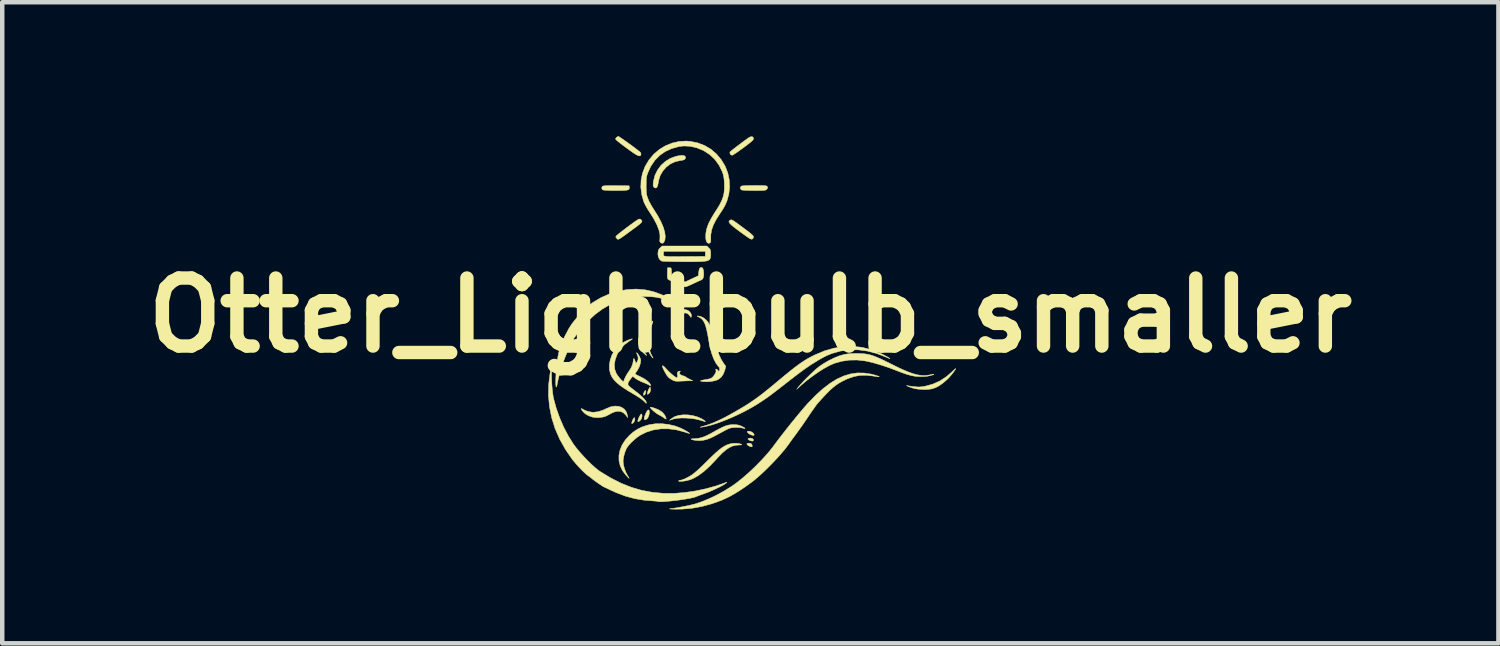
<source format=kicad_pcb>
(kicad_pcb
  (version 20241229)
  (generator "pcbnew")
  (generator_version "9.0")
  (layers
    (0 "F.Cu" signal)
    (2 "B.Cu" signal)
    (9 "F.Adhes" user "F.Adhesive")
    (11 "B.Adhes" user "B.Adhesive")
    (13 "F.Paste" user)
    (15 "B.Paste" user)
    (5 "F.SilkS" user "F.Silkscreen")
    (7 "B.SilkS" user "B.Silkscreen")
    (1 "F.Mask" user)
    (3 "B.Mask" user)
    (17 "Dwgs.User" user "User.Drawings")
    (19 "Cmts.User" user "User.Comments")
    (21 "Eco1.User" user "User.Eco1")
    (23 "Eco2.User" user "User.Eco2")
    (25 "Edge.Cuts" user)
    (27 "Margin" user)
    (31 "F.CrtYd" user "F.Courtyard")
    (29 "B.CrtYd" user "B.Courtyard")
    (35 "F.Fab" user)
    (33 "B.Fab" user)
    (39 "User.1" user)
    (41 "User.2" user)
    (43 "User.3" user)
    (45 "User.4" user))
  (footprint "Otter_Lightbulb_smaller"
    (layer "F.Cu")
    (at 13.76 4.013)
    (property "Reference" "Otter_Lightbulb_smaller" (at 0 0 0) (layer "F.SilkS") (effects (font (size 1.524 1.524) (thickness 0.3))))
    (attr through_hole)
    (fp_poly (pts (xy -2.343 1.693) (xy -2.342 1.716) (xy -2.35 1.757) (xy -2.37 1.785) (xy -2.389 1.792) (xy -2.395 1.78) (xy -2.392 1.753) (xy -2.378 1.717) (xy -2.363 1.694) (xy -2.349 1.683) (xy -2.343 1.693)) (stroke (width 0.01) (type solid)) (fill yes) (layer "F.SilkS"))
    (fp_poly (pts (xy -2.237 1.638) (xy -2.236 1.686) (xy -2.253 1.732) (xy -2.284 1.763) (xy -2.285 1.763) (xy -2.304 1.771) (xy -2.309 1.763) (xy -2.305 1.732) (xy -2.291 1.686) (xy -2.271 1.645) (xy -2.246 1.603) (xy -2.237 1.638)) (stroke (width 0.01) (type solid)) (fill yes) (layer "F.SilkS"))
    (fp_poly (pts (xy -2.595 2.299) (xy -2.59 2.312) (xy -2.59 2.348) (xy -2.605 2.386) (xy -2.63 2.416) (xy -2.656 2.427) (xy -2.658 2.415) (xy -2.652 2.387) (xy -2.65 2.381) (xy -2.634 2.341) (xy -2.617 2.309) (xy -2.603 2.292) (xy -2.595 2.299)) (stroke (width 0.01) (type solid)) (fill yes) (layer "F.SilkS"))
    (fp_poly (pts (xy 0.039 2.759) (xy 0.064 2.778) (xy 0.068 2.789) (xy 0.066 2.811) (xy 0.047 2.818) (xy 0.033 2.817) (xy -0.007 2.807) (xy -0.034 2.792) (xy -0.053 2.774) (xy -0.051 2.764) (xy -0.04 2.759) (xy 0.002 2.751) (xy 0.039 2.759)) (stroke (width 0.01) (type solid)) (fill yes) (layer "F.SilkS"))
    (fp_poly (pts (xy -2.427 2.232) (xy -2.427 2.269) (xy -2.437 2.31) (xy -2.457 2.345) (xy -2.462 2.35) (xy -2.494 2.377) (xy -2.515 2.383) (xy -2.522 2.368) (xy -2.518 2.353) (xy -2.503 2.309) (xy -2.483 2.265) (xy -2.463 2.231) (xy -2.446 2.211) (xy -2.44 2.209) (xy -2.427 2.232)) (stroke (width 0.01) (type solid)) (fill yes) (layer "F.SilkS"))
    (fp_poly (pts (xy 0.008 2.605) (xy 0.046 2.625) (xy 0.075 2.652) (xy 0.085 2.675) (xy 0.082 2.689) (xy 0.071 2.693) (xy 0.043 2.687) (xy 0.023 2.681) (xy -0.015 2.664) (xy -0.049 2.64) (xy -0.068 2.616) (xy -0.071 2.608) (xy -0.058 2.6) (xy -0.03 2.596) (xy 0.008 2.605)) (stroke (width 0.01) (type solid)) (fill yes) (layer "F.SilkS"))
    (fp_poly (pts (xy 0.01 2.872) (xy 0.025 2.881) (xy 0.038 2.903) (xy 0.042 2.929) (xy 0.038 2.946) (xy 0.032 2.948) (xy 0.01 2.943) (xy -0.007 2.939) (xy -0.039 2.925) (xy -0.065 2.904) (xy -0.078 2.884) (xy -0.076 2.877) (xy -0.056 2.867) (xy -0.023 2.865) (xy 0.01 2.872)) (stroke (width 0.01) (type solid)) (fill yes) (layer "F.SilkS"))
    (fp_poly (pts (xy -2.272 2.125) (xy -2.263 2.149) (xy -2.263 2.187) (xy -2.27 2.23) (xy -2.284 2.272) (xy -2.303 2.306) (xy -2.318 2.321) (xy -2.354 2.341) (xy -2.374 2.338) (xy -2.378 2.312) (xy -2.376 2.297) (xy -2.364 2.254) (xy -2.346 2.206) (xy -2.324 2.163) (xy -2.303 2.131) (xy -2.29 2.12) (xy -2.272 2.125)) (stroke (width 0.01) (type solid)) (fill yes) (layer "F.SilkS"))
    (fp_poly (pts (xy -2.471 0.519) (xy -2.462 0.589) (xy -2.441 0.67) (xy -2.412 0.75) (xy -2.377 0.819) (xy -2.356 0.85) (xy -2.329 0.885) (xy -2.322 0.9) (xy -2.334 0.895) (xy -2.366 0.869) (xy -2.387 0.85) (xy -2.446 0.782) (xy -2.487 0.705) (xy -2.508 0.623) (xy -2.508 0.544) (xy -2.491 0.487) (xy -2.472 0.445) (xy -2.471 0.519)) (stroke (width 0.01) (type solid)) (fill yes) (layer "F.SilkS"))
    (fp_poly (pts (xy -1.267 0.565) (xy -1.253 0.57) (xy -1.203 0.598) (xy -1.176 0.632) (xy -1.166 0.68) (xy -1.166 0.68) (xy -1.166 0.708) (xy -1.175 0.722) (xy -1.199 0.727) (xy -1.23 0.727) (xy -1.277 0.725) (xy -1.316 0.72) (xy -1.326 0.717) (xy -1.351 0.697) (xy -1.374 0.66) (xy -1.392 0.618) (xy -1.397 0.588) (xy -1.385 0.57) (xy -1.353 0.559) (xy -1.311 0.558) (xy -1.267 0.565)) (stroke (width 0.01) (type solid)) (fill yes) (layer "F.SilkS"))
    (fp_poly (pts (xy -2.201 2.064) (xy -2.157 2.078) (xy -2.106 2.097) (xy -2.055 2.119) (xy -2.038 2.128) (xy -1.967 2.176) (xy -1.917 2.239) (xy -1.898 2.276) (xy -1.886 2.312) (xy -1.888 2.326) (xy -1.908 2.318) (xy -1.94 2.295) (xy -1.98 2.268) (xy -2.029 2.24) (xy -2.048 2.231) (xy -2.087 2.208) (xy -2.131 2.176) (xy -2.175 2.14) (xy -2.212 2.105) (xy -2.237 2.076) (xy -2.244 2.061) (xy -2.232 2.058) (xy -2.201 2.064)) (stroke (width 0.01) (type solid)) (fill yes) (layer "F.SilkS"))
    (fp_poly (pts (xy -3.004 -2.904) (xy -2.716 -2.9) (xy -2.712 -2.865) (xy -2.711 -2.842) (xy -2.718 -2.825) (xy -2.735 -2.812) (xy -2.768 -2.803) (xy -2.817 -2.798) (xy -2.888 -2.795) (xy -2.982 -2.794) (xy -3.019 -2.794) (xy -3.11 -2.795) (xy -3.188 -2.798) (xy -3.25 -2.801) (xy -3.291 -2.805) (xy -3.306 -2.809) (xy -3.327 -2.835) (xy -3.327 -2.868) (xy -3.311 -2.891) (xy -3.292 -2.897) (xy -3.25 -2.902) (xy -3.184 -2.904) (xy -3.093 -2.904) (xy -3.004 -2.904)) (stroke (width 0.01) (type solid)) (fill yes) (layer "F.SilkS"))
    (fp_poly (pts (xy -1.411 -0.116) (xy -1.367 -0.087) (xy -1.334 -0.046) (xy -1.318 -0.000064) (xy -1.323 0.039) (xy -1.332 0.047) (xy -1.345 0.028) (xy -1.346 0.027) (xy -1.378 -0.015) (xy -1.419 -0.044) (xy -1.462 -0.053) (xy -1.473 -0.051) (xy -1.516 -0.026) (xy -1.547 0.025) (xy -1.565 0.086) (xy -1.576 0.148) (xy -1.592 0.108) (xy -1.608 0.041) (xy -1.601 -0.021) (xy -1.575 -0.073) (xy -1.532 -0.11) (xy -1.475 -0.126) (xy -1.462 -0.127) (xy -1.411 -0.116)) (stroke (width 0.01) (type solid)) (fill yes) (layer "F.SilkS"))
    (fp_poly (pts (xy -1.396 2.232) (xy -1.287 2.248) (xy -1.181 2.278) (xy -1.085 2.321) (xy -1.023 2.362) (xy -1.008 2.375) (xy -1.007 2.381) (xy -1.024 2.379) (xy -1.062 2.369) (xy -1.123 2.351) (xy -1.136 2.347) (xy -1.223 2.326) (xy -1.323 2.311) (xy -1.428 2.303) (xy -1.532 2.301) (xy -1.626 2.306) (xy -1.704 2.319) (xy -1.729 2.326) (xy -1.813 2.354) (xy -1.764 2.313) (xy -1.693 2.27) (xy -1.605 2.243) (xy -1.504 2.23) (xy -1.396 2.232)) (stroke (width 0.01) (type solid)) (fill yes) (layer "F.SilkS"))
    (fp_poly (pts (xy -2.184 0.139) (xy -2.191 0.169) (xy -2.202 0.2) (xy -2.233 0.292) (xy -2.259 0.393) (xy -2.277 0.492) (xy -2.286 0.579) (xy -2.286 0.595) (xy -2.279 0.682) (xy -2.259 0.774) (xy -2.229 0.86) (xy -2.202 0.914) (xy -2.183 0.947) (xy -2.18 0.958) (xy -2.192 0.949) (xy -2.216 0.919) (xy -2.231 0.9) (xy -2.297 0.792) (xy -2.341 0.678) (xy -2.363 0.561) (xy -2.363 0.448) (xy -2.339 0.342) (xy -2.328 0.314) (xy -2.307 0.274) (xy -2.278 0.229) (xy -2.246 0.186) (xy -2.216 0.151) (xy -2.193 0.13) (xy -2.186 0.127) (xy -2.184 0.139)) (stroke (width 0.01) (type solid)) (fill yes) (layer "F.SilkS"))
    (fp_poly (pts (xy 0.049 -3.998) (xy 0.068 -3.975) (xy 0.071 -3.957) (xy 0.067 -3.942) (xy 0.054 -3.923) (xy 0.029 -3.898) (xy -0.011 -3.865) (xy -0.068 -3.82) (xy -0.145 -3.762) (xy -0.157 -3.753) (xy -0.228 -3.702) (xy -0.292 -3.656) (xy -0.346 -3.62) (xy -0.386 -3.595) (xy -0.409 -3.584) (xy -0.41 -3.584) (xy -0.437 -3.596) (xy -0.452 -3.613) (xy -0.46 -3.643) (xy -0.449 -3.665) (xy -0.432 -3.68) (xy -0.398 -3.708) (xy -0.349 -3.746) (xy -0.292 -3.79) (xy -0.229 -3.837) (xy -0.167 -3.884) (xy -0.109 -3.926) (xy -0.06 -3.961) (xy -0.025 -3.985) (xy 0.016 -4.002) (xy 0.049 -3.998)) (stroke (width 0.01) (type solid)) (fill yes) (layer "F.SilkS"))
    (fp_poly (pts (xy -2.941 -4) (xy -2.907 -3.977) (xy -2.858 -3.944) (xy -2.8 -3.903) (xy -2.735 -3.857) (xy -2.669 -3.809) (xy -2.605 -3.762) (xy -2.549 -3.719) (xy -2.502 -3.683) (xy -2.471 -3.657) (xy -2.46 -3.647) (xy -2.45 -3.616) (xy -2.451 -3.598) (xy -2.462 -3.577) (xy -2.48 -3.57) (xy -2.51 -3.575) (xy -2.553 -3.596) (xy -2.611 -3.632) (xy -2.686 -3.684) (xy -2.745 -3.727) (xy -2.834 -3.793) (xy -2.903 -3.845) (xy -2.954 -3.885) (xy -2.989 -3.914) (xy -3.009 -3.934) (xy -3.019 -3.948) (xy -3.02 -3.953) (xy -3.009 -3.973) (xy -2.985 -3.995) (xy -2.961 -4.007) (xy -2.958 -4.008) (xy -2.941 -4)) (stroke (width 0.01) (type solid)) (fill yes) (layer "F.SilkS"))
    (fp_poly (pts (xy -1.492 -3.579) (xy -1.462 -3.563) (xy -1.453 -3.536) (xy -1.459 -3.507) (xy -1.477 -3.488) (xy -1.514 -3.475) (xy -1.573 -3.466) (xy -1.687 -3.44) (xy -1.792 -3.39) (xy -1.885 -3.319) (xy -1.962 -3.231) (xy -2.02 -3.13) (xy -2.055 -3.019) (xy -2.06 -2.985) (xy -2.074 -2.913) (xy -2.093 -2.868) (xy -2.118 -2.85) (xy -2.149 -2.859) (xy -2.153 -2.861) (xy -2.17 -2.881) (xy -2.178 -2.912) (xy -2.176 -2.961) (xy -2.17 -3.006) (xy -2.137 -3.135) (xy -2.08 -3.253) (xy -2.002 -3.358) (xy -1.905 -3.446) (xy -1.793 -3.515) (xy -1.668 -3.561) (xy -1.621 -3.571) (xy -1.545 -3.581) (xy -1.492 -3.579)) (stroke (width 0.01) (type solid)) (fill yes) (layer "F.SilkS"))
    (fp_poly (pts (xy 0.183 -2.907) (xy 0.254 -2.906) (xy 0.304 -2.904) (xy 0.339 -2.902) (xy 0.36 -2.897) (xy 0.372 -2.891) (xy 0.379 -2.882) (xy 0.381 -2.879) (xy 0.387 -2.853) (xy 0.373 -2.828) (xy 0.367 -2.823) (xy 0.355 -2.812) (xy 0.34 -2.805) (xy 0.317 -2.8) (xy 0.283 -2.797) (xy 0.232 -2.795) (xy 0.161 -2.794) (xy 0.081 -2.794) (xy -0.008 -2.795) (xy -0.086 -2.798) (xy -0.147 -2.801) (xy -0.187 -2.806) (xy -0.201 -2.809) (xy -0.223 -2.835) (xy -0.222 -2.869) (xy -0.209 -2.89) (xy -0.192 -2.896) (xy -0.154 -2.901) (xy -0.095 -2.905) (xy -0.01 -2.906) (xy 0.087 -2.907) (xy 0.183 -2.907)) (stroke (width 0.01) (type solid)) (fill yes) (layer "F.SilkS"))
    (fp_poly (pts (xy -2.461 -2.152) (xy -2.435 -2.129) (xy -2.427 -2.103) (xy -2.438 -2.083) (xy -2.468 -2.052) (xy -2.511 -2.017) (xy -2.522 -2.008) (xy -2.633 -1.926) (xy -2.723 -1.86) (xy -2.795 -1.807) (xy -2.851 -1.767) (xy -2.893 -1.738) (xy -2.923 -1.718) (xy -2.945 -1.706) (xy -2.96 -1.702) (xy -2.97 -1.702) (xy -2.978 -1.707) (xy -2.986 -1.714) (xy -2.99 -1.718) (xy -3.013 -1.747) (xy -3.012 -1.767) (xy -2.998 -1.783) (xy -2.966 -1.811) (xy -2.918 -1.85) (xy -2.86 -1.895) (xy -2.795 -1.945) (xy -2.727 -1.996) (xy -2.661 -2.044) (xy -2.601 -2.088) (xy -2.55 -2.123) (xy -2.513 -2.146) (xy -2.495 -2.156) (xy -2.461 -2.152)) (stroke (width 0.01) (type solid)) (fill yes) (layer "F.SilkS"))
    (fp_poly (pts (xy -0.416 -2.137) (xy -0.398 -2.129) (xy -0.371 -2.112) (xy -0.332 -2.086) (xy -0.279 -2.047) (xy -0.208 -1.995) (xy -0.138 -1.943) (xy -0.06 -1.885) (xy -0.004 -1.84) (xy 0.035 -1.807) (xy 0.058 -1.782) (xy 0.069 -1.764) (xy 0.071 -1.755) (xy 0.06 -1.724) (xy 0.044 -1.708) (xy 0.027 -1.704) (xy 0.005 -1.71) (xy -0.028 -1.728) (xy -0.076 -1.761) (xy -0.101 -1.778) (xy -0.212 -1.858) (xy -0.301 -1.924) (xy -0.37 -1.977) (xy -0.421 -2.02) (xy -0.455 -2.053) (xy -0.474 -2.079) (xy -0.48 -2.099) (xy -0.474 -2.114) (xy -0.457 -2.127) (xy -0.451 -2.131) (xy -0.44 -2.137) (xy -0.43 -2.139) (xy -0.416 -2.137)) (stroke (width 0.01) (type solid)) (fill yes) (layer "F.SilkS"))
    (fp_poly (pts (xy -2.953 2.039) (xy -2.88 2.064) (xy -2.82 2.107) (xy -2.777 2.168) (xy -2.756 2.238) (xy -2.748 2.293) (xy -2.79 2.236) (xy -2.845 2.182) (xy -2.911 2.154) (xy -2.987 2.151) (xy -3.071 2.174) (xy -3.137 2.208) (xy -3.186 2.235) (xy -3.232 2.258) (xy -3.258 2.269) (xy -3.332 2.286) (xy -3.416 2.293) (xy -3.498 2.288) (xy -3.535 2.281) (xy -3.622 2.252) (xy -3.69 2.213) (xy -3.73 2.178) (xy -3.766 2.139) (xy -3.786 2.109) (xy -3.789 2.093) (xy -3.775 2.092) (xy -3.744 2.11) (xy -3.743 2.11) (xy -3.694 2.135) (xy -3.628 2.156) (xy -3.559 2.17) (xy -3.514 2.173) (xy -3.408 2.16) (xy -3.293 2.122) (xy -3.219 2.087) (xy -3.126 2.05) (xy -3.036 2.034) (xy -2.953 2.039)) (stroke (width 0.01) (type solid)) (fill yes) (layer "F.SilkS"))
    (fp_poly (pts (xy 4.591 1.215) (xy 4.568 1.251) (xy 4.534 1.297) (xy 4.494 1.346) (xy 4.453 1.393) (xy 4.415 1.432) (xy 4.409 1.437) (xy 4.312 1.521) (xy 4.224 1.582) (xy 4.14 1.625) (xy 4.055 1.651) (xy 3.963 1.662) (xy 3.909 1.664) (xy 3.837 1.661) (xy 3.764 1.655) (xy 3.703 1.647) (xy 3.688 1.644) (xy 3.629 1.628) (xy 3.57 1.608) (xy 3.54 1.596) (xy 3.51 1.581) (xy 3.501 1.573) (xy 3.507 1.574) (xy 3.533 1.58) (xy 3.579 1.587) (xy 3.637 1.595) (xy 3.664 1.598) (xy 3.737 1.605) (xy 3.796 1.606) (xy 3.855 1.6) (xy 3.913 1.59) (xy 4.086 1.543) (xy 4.245 1.472) (xy 4.392 1.376) (xy 4.506 1.277) (xy 4.547 1.238) (xy 4.579 1.209) (xy 4.597 1.194) (xy 4.6 1.193) (xy 4.591 1.215)) (stroke (width 0.01) (type solid)) (fill yes) (layer "F.SilkS"))
    (fp_poly (pts (xy -0.27 2.872) (xy -0.217 2.884) (xy -0.202 2.891) (xy -0.193 2.899) (xy -0.203 2.904) (xy -0.238 2.906) (xy -0.256 2.906) (xy -0.332 2.913) (xy -0.405 2.932) (xy -0.477 2.967) (xy -0.552 3.018) (xy -0.633 3.089) (xy -0.723 3.181) (xy -0.773 3.236) (xy -0.909 3.379) (xy -1.039 3.497) (xy -1.163 3.589) (xy -1.28 3.656) (xy -1.344 3.682) (xy -1.398 3.697) (xy -1.456 3.71) (xy -1.512 3.718) (xy -1.561 3.722) (xy -1.595 3.721) (xy -1.609 3.713) (xy -1.609 3.713) (xy -1.597 3.7) (xy -1.581 3.697) (xy -1.535 3.689) (xy -1.472 3.666) (xy -1.4 3.63) (xy -1.324 3.585) (xy -1.31 3.576) (xy -1.261 3.539) (xy -1.196 3.484) (xy -1.119 3.414) (xy -1.033 3.331) (xy -0.967 3.265) (xy -0.863 3.163) (xy -0.775 3.08) (xy -0.698 3.014) (xy -0.631 2.964) (xy -0.57 2.926) (xy -0.513 2.899) (xy -0.467 2.884) (xy -0.405 2.871) (xy -0.336 2.868) (xy -0.27 2.872)) (stroke (width 0.01) (type solid)) (fill yes) (layer "F.SilkS"))
    (fp_poly (pts (xy -1.948 1.137) (xy -1.913 1.169) (xy -1.903 1.181) (xy -1.84 1.247) (xy -1.779 1.305) (xy -1.724 1.352) (xy -1.679 1.383) (xy -1.647 1.397) (xy -1.644 1.397) (xy -1.633 1.387) (xy -1.632 1.353) (xy -1.633 1.334) (xy -1.636 1.294) (xy -1.631 1.272) (xy -1.614 1.26) (xy -1.607 1.258) (xy -1.576 1.249) (xy -1.568 1.257) (xy -1.582 1.278) (xy -1.592 1.297) (xy -1.583 1.315) (xy -1.568 1.328) (xy -1.536 1.347) (xy -1.511 1.355) (xy -1.483 1.362) (xy -1.453 1.379) (xy -1.419 1.401) (xy -1.374 1.426) (xy -1.355 1.435) (xy -1.291 1.467) (xy -1.355 1.467) (xy -1.398 1.468) (xy -1.459 1.471) (xy -1.526 1.474) (xy -1.552 1.475) (xy -1.617 1.478) (xy -1.662 1.477) (xy -1.695 1.472) (xy -1.724 1.461) (xy -1.75 1.448) (xy -1.8 1.418) (xy -1.84 1.383) (xy -1.876 1.338) (xy -1.912 1.276) (xy -1.933 1.237) (xy -1.96 1.179) (xy -1.971 1.142) (xy -1.967 1.128) (xy -1.948 1.137)) (stroke (width 0.01) (type solid)) (fill yes) (layer "F.SilkS"))
    (fp_poly (pts (xy -0.315 2.452) (xy -0.263 2.461) (xy -0.212 2.479) (xy -0.192 2.488) (xy -0.146 2.511) (xy -0.122 2.528) (xy -0.121 2.537) (xy -0.143 2.535) (xy -0.177 2.526) (xy -0.224 2.517) (xy -0.288 2.513) (xy -0.344 2.514) (xy -0.378 2.516) (xy -0.406 2.518) (xy -0.431 2.522) (xy -0.457 2.529) (xy -0.487 2.54) (xy -0.526 2.558) (xy -0.576 2.584) (xy -0.642 2.62) (xy -0.728 2.666) (xy -0.783 2.696) (xy -0.885 2.747) (xy -0.973 2.781) (xy -1.054 2.8) (xy -1.134 2.807) (xy -1.149 2.807) (xy -1.207 2.804) (xy -1.262 2.797) (xy -1.298 2.788) (xy -1.321 2.779) (xy -1.329 2.773) (xy -1.317 2.769) (xy -1.283 2.766) (xy -1.235 2.763) (xy -1.168 2.756) (xy -1.106 2.744) (xy -1.043 2.723) (xy -0.973 2.693) (xy -0.89 2.651) (xy -0.804 2.603) (xy -0.708 2.55) (xy -0.63 2.51) (xy -0.565 2.482) (xy -0.508 2.464) (xy -0.454 2.454) (xy -0.397 2.45) (xy -0.381 2.45) (xy -0.315 2.452)) (stroke (width 0.01) (type solid)) (fill yes) (layer "F.SilkS"))
    (fp_poly (pts (xy -1.076 -1.064) (xy -1.06 -1.04) (xy -1.05 -0.997) (xy -1.045 -0.944) (xy -1.046 -0.891) (xy -1.054 -0.845) (xy -1.067 -0.817) (xy -1.089 -0.797) (xy -1.102 -0.79) (xy -1.118 -0.784) (xy -1.154 -0.768) (xy -1.205 -0.745) (xy -1.266 -0.716) (xy -1.272 -0.713) (xy -1.336 -0.683) (xy -1.392 -0.659) (xy -1.435 -0.642) (xy -1.46 -0.636) (xy -1.46 -0.636) (xy -1.483 -0.642) (xy -1.526 -0.658) (xy -1.583 -0.681) (xy -1.648 -0.71) (xy -1.658 -0.714) (xy -1.722 -0.745) (xy -1.779 -0.772) (xy -1.821 -0.793) (xy -1.844 -0.806) (xy -1.845 -0.807) (xy -1.855 -0.826) (xy -1.86 -0.865) (xy -1.86 -0.927) (xy -1.86 -0.944) (xy -1.856 -1.065) (xy -1.813 -1.065) (xy -1.79 -1.064) (xy -1.777 -1.056) (xy -1.771 -1.036) (xy -1.768 -0.995) (xy -1.767 -0.976) (xy -1.762 -0.887) (xy -1.612 -0.817) (xy -1.462 -0.746) (xy -1.313 -0.816) (xy -1.164 -0.886) (xy -1.157 -0.967) (xy -1.146 -1.028) (xy -1.127 -1.064) (xy -1.099 -1.073) (xy -1.076 -1.064)) (stroke (width 0.01) (type solid)) (fill yes) (layer "F.SilkS"))
    (fp_poly (pts (xy -0.933 -1.511) (xy -0.908 -1.485) (xy -0.895 -1.46) (xy -0.89 -1.425) (xy -0.889 -1.383) (xy -0.889 -1.338) (xy -0.892 -1.301) (xy -0.9 -1.271) (xy -0.915 -1.248) (xy -0.94 -1.23) (xy -0.978 -1.218) (xy -1.031 -1.209) (xy -1.101 -1.204) (xy -1.191 -1.201) (xy -1.304 -1.2) (xy -1.442 -1.2) (xy -1.477 -1.2) (xy -1.592 -1.201) (xy -1.699 -1.202) (xy -1.794 -1.204) (xy -1.873 -1.206) (xy -1.935 -1.209) (xy -1.974 -1.212) (xy -1.986 -1.214) (xy -2.029 -1.246) (xy -2.059 -1.298) (xy -2.069 -1.353) (xy -1.948 -1.353) (xy -1.944 -1.34) (xy -1.932 -1.33) (xy -1.909 -1.322) (xy -1.874 -1.318) (xy -1.823 -1.315) (xy -1.754 -1.314) (xy -1.663 -1.314) (xy -1.548 -1.315) (xy -1.471 -1.316) (xy -1.009 -1.319) (xy -1.009 -1.432) (xy -1.94 -1.432) (xy -1.945 -1.392) (xy -1.947 -1.371) (xy -1.948 -1.353) (xy -2.069 -1.353) (xy -2.071 -1.364) (xy -2.07 -1.396) (xy -2.064 -1.445) (xy -2.05 -1.479) (xy -2.024 -1.508) (xy -2.02 -1.512) (xy -1.975 -1.552) (xy -0.977 -1.552) (xy -0.933 -1.511)) (stroke (width 0.01) (type solid)) (fill yes) (layer "F.SilkS"))
    (fp_poly (pts (xy -1.832 2.446) (xy -1.684 2.481) (xy -1.574 2.522) (xy -1.522 2.547) (xy -1.469 2.574) (xy -1.421 2.602) (xy -1.383 2.625) (xy -1.361 2.642) (xy -1.359 2.647) (xy -1.374 2.646) (xy -1.408 2.637) (xy -1.456 2.622) (xy -1.468 2.617) (xy -1.65 2.568) (xy -1.83 2.544) (xy -2.005 2.544) (xy -2.173 2.569) (xy -2.331 2.619) (xy -2.461 2.683) (xy -2.531 2.73) (xy -2.603 2.789) (xy -2.671 2.853) (xy -2.729 2.917) (xy -2.77 2.974) (xy -2.778 2.988) (xy -2.81 3.067) (xy -2.835 3.156) (xy -2.849 3.242) (xy -2.85 3.275) (xy -2.842 3.351) (xy -2.82 3.437) (xy -2.787 3.522) (xy -2.752 3.588) (xy -2.73 3.624) (xy -2.717 3.648) (xy -2.715 3.655) (xy -2.726 3.645) (xy -2.751 3.62) (xy -2.785 3.585) (xy -2.786 3.584) (xy -2.864 3.482) (xy -2.916 3.372) (xy -2.943 3.257) (xy -2.944 3.139) (xy -2.92 3.021) (xy -2.872 2.904) (xy -2.8 2.792) (xy -2.704 2.686) (xy -2.623 2.616) (xy -2.531 2.554) (xy -2.433 2.505) (xy -2.319 2.466) (xy -2.27 2.453) (xy -2.133 2.431) (xy -1.985 2.429) (xy -1.832 2.446)) (stroke (width 0.01) (type solid)) (fill yes) (layer "F.SilkS"))
    (fp_poly (pts (xy -1.116 0.026) (xy -1.056 0.054) (xy -0.999 0.097) (xy -0.975 0.121) (xy -0.944 0.16) (xy -0.917 0.205) (xy -0.891 0.259) (xy -0.866 0.327) (xy -0.84 0.413) (xy -0.811 0.522) (xy -0.799 0.565) (xy -0.763 0.702) (xy -0.727 0.815) (xy -0.692 0.909) (xy -0.654 0.988) (xy -0.612 1.056) (xy -0.6 1.075) (xy -0.55 1.144) (xy -0.57 1.222) (xy -0.604 1.315) (xy -0.651 1.384) (xy -0.714 1.434) (xy -0.738 1.447) (xy -0.806 1.469) (xy -0.89 1.484) (xy -0.978 1.49) (xy -1.059 1.486) (xy -1.079 1.483) (xy -1.11 1.476) (xy -1.118 1.469) (xy -1.102 1.461) (xy -1.061 1.451) (xy -0.996 1.439) (xy -0.932 1.428) (xy -0.888 1.415) (xy -0.856 1.396) (xy -0.828 1.367) (xy -0.804 1.334) (xy -0.778 1.289) (xy -0.768 1.255) (xy -0.771 1.234) (xy -0.775 1.208) (xy -0.767 1.204) (xy -0.75 1.213) (xy -0.727 1.23) (xy -0.72 1.242) (xy -0.714 1.257) (xy -0.702 1.251) (xy -0.691 1.231) (xy -0.688 1.219) (xy -0.692 1.178) (xy -0.71 1.153) (xy -0.768 1.079) (xy -0.82 0.979) (xy -0.866 0.856) (xy -0.905 0.711) (xy -0.931 0.577) (xy -0.954 0.443) (xy -0.976 0.334) (xy -0.999 0.247) (xy -1.023 0.18) (xy -1.051 0.128) (xy -1.082 0.089) (xy -1.119 0.06) (xy -1.145 0.045) (xy -1.179 0.028) (xy -1.19 0.019) (xy -1.179 0.015) (xy -1.171 0.015) (xy -1.116 0.026)) (stroke (width 0.01) (type solid)) (fill yes) (layer "F.SilkS"))
    (fp_poly (pts (xy 2.468 0.857) (xy 2.542 0.862) (xy 2.61 0.871) (xy 2.678 0.885) (xy 2.749 0.907) (xy 2.827 0.937) (xy 2.917 0.977) (xy 3.024 1.028) (xy 3.147 1.089) (xy 3.303 1.166) (xy 3.439 1.229) (xy 3.557 1.277) (xy 3.661 1.313) (xy 3.753 1.336) (xy 3.836 1.348) (xy 3.914 1.35) (xy 3.988 1.342) (xy 4.022 1.335) (xy 4.078 1.324) (xy 4.109 1.32) (xy 4.114 1.323) (xy 4.093 1.333) (xy 4.044 1.348) (xy 4.041 1.349) (xy 3.962 1.366) (xy 3.863 1.374) (xy 3.824 1.374) (xy 3.748 1.372) (xy 3.674 1.364) (xy 3.596 1.348) (xy 3.509 1.324) (xy 3.41 1.29) (xy 3.291 1.245) (xy 3.249 1.228) (xy 3.102 1.173) (xy 2.95 1.122) (xy 2.799 1.077) (xy 2.658 1.041) (xy 2.561 1.021) (xy 2.389 1.002) (xy 2.213 1.005) (xy 2.041 1.031) (xy 1.88 1.077) (xy 1.863 1.084) (xy 1.761 1.13) (xy 1.646 1.194) (xy 1.523 1.272) (xy 1.396 1.361) (xy 1.27 1.456) (xy 1.151 1.555) (xy 1.108 1.594) (xy 1.038 1.658) (xy 1.087 1.596) (xy 1.129 1.545) (xy 1.188 1.482) (xy 1.257 1.411) (xy 1.331 1.338) (xy 1.405 1.268) (xy 1.473 1.206) (xy 1.53 1.159) (xy 1.545 1.147) (xy 1.644 1.08) (xy 1.755 1.016) (xy 1.87 0.959) (xy 1.98 0.914) (xy 2.069 0.887) (xy 2.135 0.872) (xy 2.199 0.863) (xy 2.271 0.857) (xy 2.36 0.856) (xy 2.385 0.856) (xy 2.468 0.857)) (stroke (width 0.01) (type solid)) (fill yes) (layer "F.SilkS"))
    (fp_poly (pts (xy -2.364 -0.571) (xy -2.173 -0.53) (xy -1.99 -0.463) (xy -1.98 -0.459) (xy -1.924 -0.431) (xy -1.869 -0.4) (xy -1.819 -0.37) (xy -1.78 -0.344) (xy -1.758 -0.324) (xy -1.755 -0.315) (xy -1.77 -0.316) (xy -1.806 -0.324) (xy -1.855 -0.338) (xy -1.879 -0.346) (xy -1.974 -0.374) (xy -2.058 -0.394) (xy -2.139 -0.408) (xy -2.228 -0.416) (xy -2.333 -0.42) (xy -2.371 -0.421) (xy -2.561 -0.417) (xy -2.73 -0.395) (xy -2.881 -0.357) (xy -2.958 -0.328) (xy -3.149 -0.237) (xy -3.319 -0.137) (xy -3.473 -0.023) (xy -3.618 0.109) (xy -3.688 0.183) (xy -3.742 0.243) (xy -3.799 0.313) (xy -3.856 0.385) (xy -3.907 0.453) (xy -3.948 0.51) (xy -3.965 0.537) (xy -4.03 0.659) (xy -4.095 0.802) (xy -4.158 0.958) (xy -4.216 1.119) (xy -4.265 1.279) (xy -4.304 1.429) (xy -4.32 1.506) (xy -4.33 1.556) (xy -4.34 1.592) (xy -4.348 1.608) (xy -4.349 1.609) (xy -4.354 1.596) (xy -4.358 1.56) (xy -4.36 1.509) (xy -4.36 1.471) (xy -4.357 1.371) (xy -4.351 1.259) (xy -4.34 1.145) (xy -4.327 1.033) (xy -4.312 0.933) (xy -4.296 0.851) (xy -4.291 0.829) (xy -4.233 0.649) (xy -4.158 0.471) (xy -4.07 0.305) (xy -4.005 0.202) (xy -3.949 0.128) (xy -3.88 0.046) (xy -3.802 -0.038) (xy -3.722 -0.121) (xy -3.643 -0.194) (xy -3.572 -0.255) (xy -3.531 -0.285) (xy -3.346 -0.395) (xy -3.154 -0.48) (xy -2.957 -0.541) (xy -2.758 -0.576) (xy -2.56 -0.587) (xy -2.364 -0.571)) (stroke (width 0.01) (type solid)) (fill yes) (layer "F.SilkS"))
    (fp_poly (pts (xy 2.5 0.718) (xy 2.703 0.768) (xy 2.904 0.847) (xy 2.977 0.883) (xy 3.044 0.918) (xy 3.092 0.945) (xy 3.12 0.963) (xy 3.126 0.97) (xy 3.111 0.966) (xy 3.071 0.951) (xy 3.046 0.939) (xy 2.833 0.857) (xy 2.623 0.802) (xy 2.416 0.774) (xy 2.215 0.774) (xy 2.018 0.802) (xy 1.826 0.856) (xy 1.712 0.903) (xy 1.643 0.938) (xy 1.568 0.979) (xy 1.502 1.018) (xy 1.497 1.022) (xy 1.45 1.051) (xy 1.414 1.074) (xy 1.393 1.086) (xy 1.391 1.087) (xy 1.378 1.094) (xy 1.347 1.115) (xy 1.302 1.145) (xy 1.254 1.179) (xy 1.214 1.206) (xy 1.175 1.234) (xy 1.133 1.265) (xy 1.087 1.3) (xy 1.032 1.341) (xy 0.967 1.391) (xy 0.888 1.452) (xy 0.793 1.526) (xy 0.679 1.615) (xy 0.669 1.623) (xy 0.52 1.738) (xy 0.386 1.837) (xy 0.262 1.922) (xy 0.143 1.999) (xy 0.023 2.07) (xy -0.102 2.138) (xy -0.17 2.173) (xy -0.319 2.245) (xy -0.469 2.312) (xy -0.616 2.371) (xy -0.756 2.422) (xy -0.884 2.462) (xy -0.997 2.49) (xy -1.079 2.504) (xy -1.113 2.508) (xy -1.125 2.508) (xy -1.114 2.503) (xy -1.078 2.493) (xy -1.051 2.485) (xy -0.939 2.45) (xy -0.818 2.404) (xy -0.687 2.345) (xy -0.543 2.273) (xy -0.383 2.185) (xy -0.204 2.081) (xy -0.19 2.073) (xy -0.095 2.015) (xy -0.007 1.958) (xy 0.08 1.899) (xy 0.169 1.835) (xy 0.264 1.764) (xy 0.368 1.681) (xy 0.485 1.586) (xy 0.619 1.474) (xy 0.619 1.474) (xy 0.753 1.362) (xy 0.87 1.267) (xy 0.971 1.187) (xy 1.061 1.119) (xy 1.142 1.061) (xy 1.217 1.012) (xy 1.29 0.968) (xy 1.364 0.928) (xy 1.441 0.89) (xy 1.446 0.887) (xy 1.663 0.797) (xy 1.876 0.736) (xy 2.087 0.702) (xy 2.295 0.696) (xy 2.5 0.718)) (stroke (width 0.01) (type solid)) (fill yes) (layer "F.SilkS"))
    (fp_poly (pts (xy 2.551 1.294) (xy 2.709 1.318) (xy 2.798 1.342) (xy 2.845 1.357) (xy 2.877 1.369) (xy 2.889 1.377) (xy 2.889 1.377) (xy 2.873 1.378) (xy 2.836 1.374) (xy 2.785 1.367) (xy 2.759 1.362) (xy 2.601 1.344) (xy 2.456 1.347) (xy 2.317 1.373) (xy 2.177 1.422) (xy 2.128 1.444) (xy 2.052 1.482) (xy 1.982 1.522) (xy 1.916 1.567) (xy 1.85 1.619) (xy 1.78 1.682) (xy 1.703 1.759) (xy 1.616 1.852) (xy 1.515 1.964) (xy 1.51 1.969) (xy 1.487 1.998) (xy 1.452 2.046) (xy 1.408 2.108) (xy 1.358 2.179) (xy 1.307 2.255) (xy 1.306 2.257) (xy 1.247 2.344) (xy 1.184 2.436) (xy 1.121 2.525) (xy 1.064 2.605) (xy 1.029 2.653) (xy 0.981 2.718) (xy 0.935 2.78) (xy 0.896 2.834) (xy 0.869 2.874) (xy 0.865 2.879) (xy 0.799 2.968) (xy 0.716 3.069) (xy 0.62 3.179) (xy 0.514 3.292) (xy 0.403 3.405) (xy 0.292 3.513) (xy 0.185 3.611) (xy 0.086 3.695) (xy 0.027 3.74) (xy -0.122 3.848) (xy -0.257 3.938) (xy -0.382 4.014) (xy -0.502 4.079) (xy -0.622 4.134) (xy -0.749 4.183) (xy -0.868 4.224) (xy -1.089 4.284) (xy -1.304 4.323) (xy -1.523 4.342) (xy -1.672 4.344) (xy -1.735 4.343) (xy -1.781 4.341) (xy -1.808 4.339) (xy -1.811 4.337) (xy -1.806 4.336) (xy -1.739 4.327) (xy -1.654 4.314) (xy -1.559 4.297) (xy -1.462 4.278) (xy -1.371 4.259) (xy -1.293 4.241) (xy -1.241 4.228) (xy -1.085 4.175) (xy -0.918 4.106) (xy -0.747 4.024) (xy -0.58 3.932) (xy -0.425 3.836) (xy -0.319 3.762) (xy -0.175 3.647) (xy -0.027 3.518) (xy 0.12 3.379) (xy 0.259 3.236) (xy 0.387 3.095) (xy 0.496 2.961) (xy 0.519 2.93) (xy 0.61 2.808) (xy 0.709 2.679) (xy 0.812 2.547) (xy 0.916 2.416) (xy 1.018 2.291) (xy 1.114 2.175) (xy 1.201 2.072) (xy 1.275 1.987) (xy 1.293 1.968) (xy 1.462 1.794) (xy 1.625 1.647) (xy 1.783 1.526) (xy 1.938 1.43) (xy 2.091 1.36) (xy 2.244 1.314) (xy 2.396 1.292) (xy 2.551 1.294)) (stroke (width 0.01) (type solid)) (fill yes) (layer "F.SilkS"))
    (fp_poly (pts (xy -4.448 1.154) (xy -4.448 1.185) (xy -4.45 1.232) (xy -4.452 1.256) (xy -4.455 1.332) (xy -4.453 1.427) (xy -4.448 1.533) (xy -4.44 1.64) (xy -4.429 1.741) (xy -4.416 1.827) (xy -4.409 1.863) (xy -4.35 2.078) (xy -4.273 2.296) (xy -4.18 2.51) (xy -4.074 2.711) (xy -3.964 2.886) (xy -3.9 2.971) (xy -3.823 3.064) (xy -3.737 3.16) (xy -3.648 3.253) (xy -3.559 3.341) (xy -3.474 3.417) (xy -3.4 3.477) (xy -3.365 3.501) (xy -3.128 3.645) (xy -2.894 3.763) (xy -2.663 3.855) (xy -2.429 3.923) (xy -2.19 3.967) (xy -1.944 3.989) (xy -1.7 3.989) (xy -1.47 3.971) (xy -1.23 3.936) (xy -0.989 3.885) (xy -0.758 3.82) (xy -0.648 3.782) (xy -0.595 3.763) (xy -0.553 3.748) (xy -0.528 3.74) (xy -0.524 3.739) (xy -0.529 3.747) (xy -0.552 3.765) (xy -0.565 3.775) (xy -0.613 3.806) (xy -0.682 3.843) (xy -0.764 3.883) (xy -0.854 3.924) (xy -0.946 3.963) (xy -1.033 3.995) (xy -1.044 4) (xy -1.107 4.022) (xy -1.16 4.041) (xy -1.2 4.057) (xy -1.216 4.064) (xy -1.249 4.076) (xy -1.304 4.09) (xy -1.375 4.104) (xy -1.46 4.119) (xy -1.553 4.133) (xy -1.649 4.146) (xy -1.746 4.157) (xy -1.838 4.166) (xy -1.92 4.173) (xy -1.99 4.177) (xy -2.042 4.177) (xy -2.072 4.173) (xy -2.076 4.17) (xy -2.093 4.166) (xy -2.127 4.163) (xy -2.138 4.162) (xy -2.371 4.144) (xy -2.588 4.108) (xy -2.797 4.052) (xy -3.004 3.974) (xy -3.116 3.923) (xy -3.174 3.895) (xy -3.222 3.872) (xy -3.255 3.857) (xy -3.267 3.852) (xy -3.283 3.845) (xy -3.316 3.825) (xy -3.36 3.796) (xy -3.409 3.763) (xy -3.457 3.729) (xy -3.498 3.699) (xy -3.527 3.677) (xy -3.527 3.677) (xy -3.571 3.641) (xy -3.621 3.603) (xy -3.638 3.592) (xy -3.679 3.56) (xy -3.733 3.51) (xy -3.794 3.45) (xy -3.857 3.382) (xy -3.918 3.314) (xy -3.972 3.25) (xy -3.984 3.235) (xy -4.14 3.01) (xy -4.27 2.778) (xy -4.374 2.54) (xy -4.451 2.295) (xy -4.5 2.047) (xy -4.523 1.795) (xy -4.517 1.541) (xy -4.487 1.3) (xy -4.475 1.239) (xy -4.464 1.189) (xy -4.456 1.155) (xy -4.451 1.145) (xy -4.448 1.154)) (stroke (width 0.01) (type solid)) (fill yes) (layer "F.SilkS"))
    (fp_poly (pts (xy -2.648 0.536) (xy -2.675 0.555) (xy -2.702 0.571) (xy -2.818 0.656) (xy -2.911 0.756) (xy -2.982 0.872) (xy -3.027 0.994) (xy -3.047 1.104) (xy -3.039 1.206) (xy -3.005 1.3) (xy -2.988 1.328) (xy -2.955 1.374) (xy -2.92 1.417) (xy -2.887 1.453) (xy -2.859 1.477) (xy -2.841 1.487) (xy -2.836 1.481) (xy -2.828 1.449) (xy -2.808 1.402) (xy -2.779 1.346) (xy -2.746 1.291) (xy -2.718 1.252) (xy -2.67 1.175) (xy -2.637 1.094) (xy -2.622 1.018) (xy -2.622 1.006) (xy -2.618 0.975) (xy -2.609 0.969) (xy -2.595 0.99) (xy -2.581 1.026) (xy -2.564 1.078) (xy -2.538 1.045) (xy -2.516 0.997) (xy -2.515 0.939) (xy -2.533 0.883) (xy -2.548 0.85) (xy -2.549 0.837) (xy -2.537 0.845) (xy -2.515 0.873) (xy -2.498 0.897) (xy -2.473 0.946) (xy -2.458 0.991) (xy -2.455 1.009) (xy -2.465 1.083) (xy -2.492 1.163) (xy -2.532 1.235) (xy -2.539 1.244) (xy -2.563 1.28) (xy -2.579 1.305) (xy -2.582 1.313) (xy -2.57 1.323) (xy -2.539 1.341) (xy -2.494 1.362) (xy -2.487 1.366) (xy -2.429 1.394) (xy -2.372 1.426) (xy -2.332 1.452) (xy -2.294 1.484) (xy -2.262 1.516) (xy -2.241 1.545) (xy -2.231 1.566) (xy -2.235 1.577) (xy -2.255 1.572) (xy -2.276 1.56) (xy -2.308 1.543) (xy -2.355 1.522) (xy -2.406 1.502) (xy -2.467 1.476) (xy -2.528 1.444) (xy -2.568 1.418) (xy -2.636 1.368) (xy -2.673 1.413) (xy -2.72 1.476) (xy -2.742 1.526) (xy -2.739 1.563) (xy -2.739 1.564) (xy -2.722 1.582) (xy -2.688 1.613) (xy -2.64 1.651) (xy -2.584 1.694) (xy -2.577 1.7) (xy -2.501 1.759) (xy -2.434 1.818) (xy -2.382 1.871) (xy -2.346 1.916) (xy -2.329 1.951) (xy -2.328 1.957) (xy -2.329 1.969) (xy -2.334 1.972) (xy -2.347 1.961) (xy -2.374 1.934) (xy -2.388 1.92) (xy -2.42 1.893) (xy -2.471 1.856) (xy -2.533 1.816) (xy -2.599 1.775) (xy -2.606 1.771) (xy -2.739 1.692) (xy -2.848 1.622) (xy -2.936 1.558) (xy -3.006 1.498) (xy -3.06 1.44) (xy -3.101 1.382) (xy -3.13 1.322) (xy -3.134 1.313) (xy -3.157 1.215) (xy -3.158 1.109) (xy -3.139 0.998) (xy -3.101 0.891) (xy -3.047 0.791) (xy -2.979 0.706) (xy -2.93 0.663) (xy -2.86 0.617) (xy -2.782 0.575) (xy -2.706 0.543) (xy -2.66 0.53) (xy -2.643 0.528) (xy -2.648 0.536)) (stroke (width 0.01) (type solid)) (fill yes) (layer "F.SilkS"))
    (fp_poly (pts (xy -1.347 -3.896) (xy -1.179 -3.862) (xy -1.024 -3.803) (xy -0.884 -3.72) (xy -0.76 -3.614) (xy -0.653 -3.487) (xy -0.564 -3.339) (xy -0.563 -3.337) (xy -0.506 -3.19) (xy -0.473 -3.034) (xy -0.465 -2.875) (xy -0.482 -2.717) (xy -0.523 -2.565) (xy -0.565 -2.468) (xy -0.595 -2.413) (xy -0.635 -2.348) (xy -0.676 -2.285) (xy -0.684 -2.273) (xy -0.768 -2.142) (xy -0.829 -2.022) (xy -0.868 -1.911) (xy -0.886 -1.804) (xy -0.887 -1.735) (xy -0.886 -1.678) (xy -0.89 -1.643) (xy -0.9 -1.625) (xy -0.904 -1.622) (xy -0.927 -1.611) (xy -0.946 -1.615) (xy -0.967 -1.628) (xy -0.985 -1.657) (xy -0.997 -1.707) (xy -1 -1.77) (xy -0.996 -1.842) (xy -0.983 -1.914) (xy -0.982 -1.92) (xy -0.957 -2.001) (xy -0.921 -2.085) (xy -0.872 -2.178) (xy -0.808 -2.284) (xy -0.767 -2.347) (xy -0.697 -2.459) (xy -0.646 -2.558) (xy -0.61 -2.652) (xy -0.589 -2.746) (xy -0.581 -2.848) (xy -0.582 -2.963) (xy -0.588 -3.043) (xy -0.597 -3.106) (xy -0.611 -3.164) (xy -0.631 -3.22) (xy -0.702 -3.363) (xy -0.793 -3.489) (xy -0.905 -3.596) (xy -1.036 -3.682) (xy -1.065 -3.697) (xy -1.207 -3.754) (xy -1.35 -3.786) (xy -1.49 -3.793) (xy -1.597 -3.781) (xy -1.761 -3.735) (xy -1.906 -3.669) (xy -2.032 -3.581) (xy -2.139 -3.472) (xy -2.228 -3.342) (xy -2.297 -3.193) (xy -2.312 -3.15) (xy -2.323 -3.111) (xy -2.329 -3.068) (xy -2.332 -3.015) (xy -2.333 -2.943) (xy -2.334 -2.907) (xy -2.333 -2.827) (xy -2.331 -2.768) (xy -2.327 -2.722) (xy -2.318 -2.682) (xy -2.306 -2.641) (xy -2.294 -2.611) (xy -2.27 -2.554) (xy -2.233 -2.485) (xy -2.191 -2.413) (xy -2.159 -2.363) (xy -2.071 -2.223) (xy -2.001 -2.092) (xy -1.95 -1.971) (xy -1.918 -1.862) (xy -1.906 -1.767) (xy -1.914 -1.689) (xy -1.92 -1.67) (xy -1.943 -1.627) (xy -1.969 -1.612) (xy -2.002 -1.622) (xy -2.01 -1.628) (xy -2.026 -1.645) (xy -2.03 -1.671) (xy -2.026 -1.711) (xy -2.025 -1.804) (xy -2.048 -1.91) (xy -2.095 -2.031) (xy -2.165 -2.165) (xy -2.247 -2.295) (xy -2.291 -2.362) (xy -2.331 -2.429) (xy -2.363 -2.489) (xy -2.384 -2.534) (xy -2.385 -2.535) (xy -2.433 -2.701) (xy -2.454 -2.867) (xy -2.448 -3.029) (xy -2.415 -3.187) (xy -2.356 -3.338) (xy -2.271 -3.48) (xy -2.161 -3.611) (xy -2.159 -3.613) (xy -2.037 -3.716) (xy -1.9 -3.799) (xy -1.751 -3.858) (xy -1.596 -3.894) (xy -1.437 -3.903) (xy -1.347 -3.896)) (stroke (width 0.01) (type solid)) (fill yes) (layer "F.SilkS")))
  (gr_rect
    (start -3 -3)
    (end 30.519 11.362)
    (stroke (width 0.1) (type default))
    (fill no)
    (layer "Edge.Cuts")))
</source>
